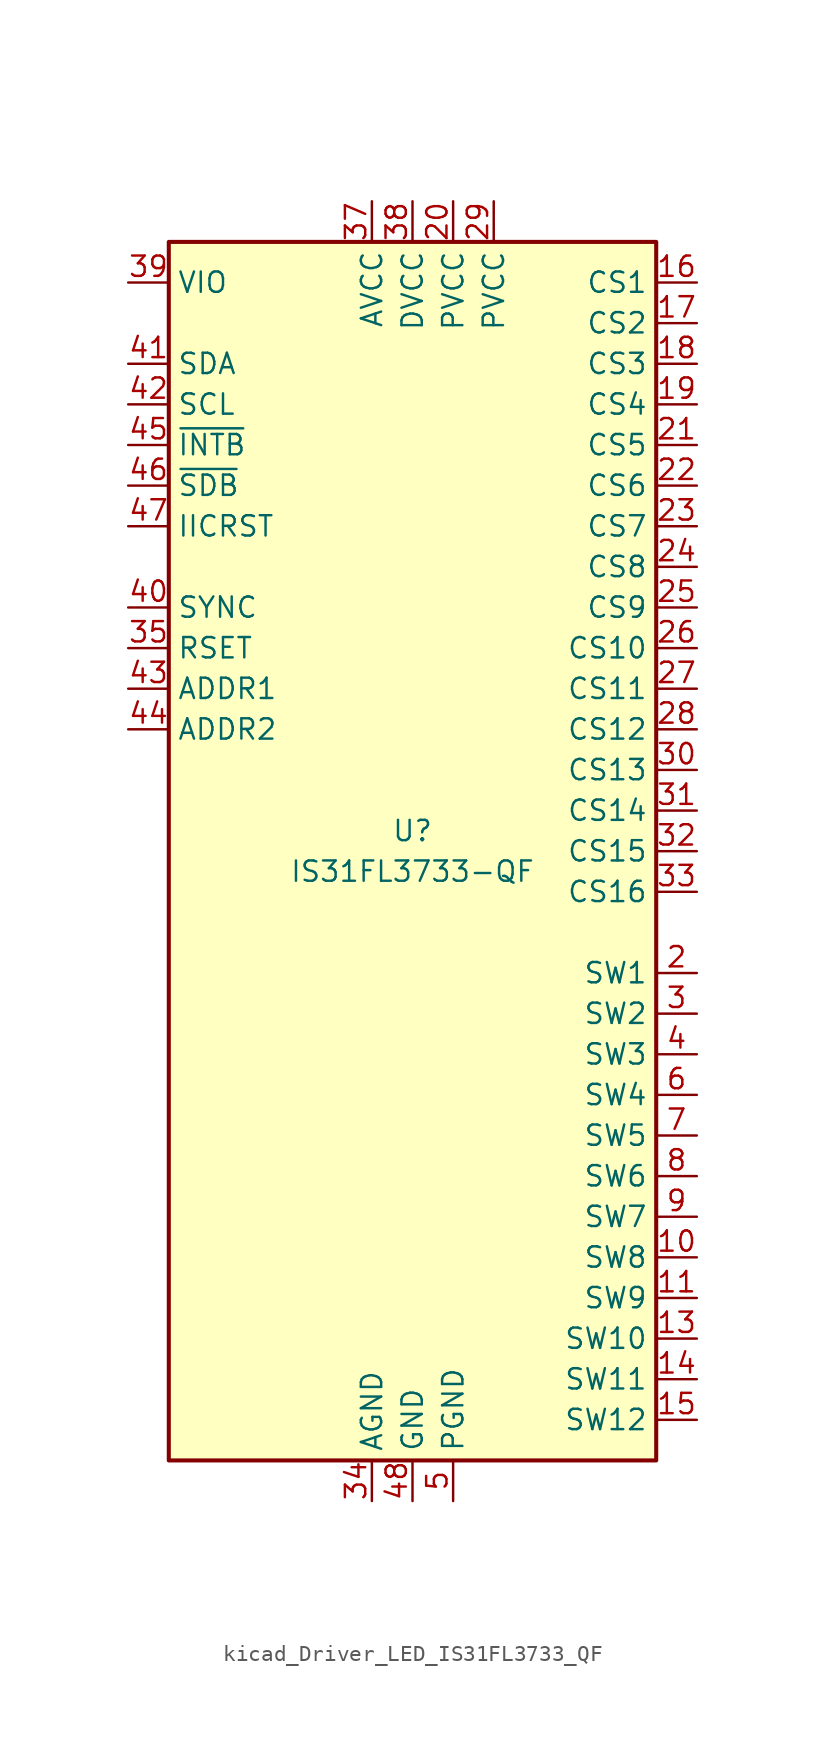
<source format=kicad_sym>
(kicad_symbol_lib
  (version 20220914)
  (generator kicad_symbol_editor)
  (symbol "kicad_Driver_LED_IS31FL3733_QF"
    (property "Reference" "U"
      (at 0 1.27 0)
      (effects (font (size 1.27 1.27))))
    (property "Value" "IS31FL3733-QF"
      (at 0 -1.27 0)
      (effects (font (size 1.27 1.27))))
    (symbol "kicad_Driver_LED_IS31FL3733_QF_0_1"
      (rectangle (start -15.24 38.1) (end 15.24 -38.1) (stroke (width 0.254) (type default)) (fill (type background))))
    (symbol "kicad_Driver_LED_IS31FL3733_QF_1_1"
      (pin no_connect line (at -15.24 -33.02 0) (length 2.54) hide (name "NC" (effects (font (size 1.27 1.27)))) (number "1" (effects (font (size 1.27 1.27)))))
      (pin input line (at 17.78 -25.4 180) (length 2.54) (name "SW8" (effects (font (size 1.27 1.27)))) (number "10" (effects (font (size 1.27 1.27)))))
      (pin input line (at 17.78 -27.94 180) (length 2.54) (name "SW9" (effects (font (size 1.27 1.27)))) (number "11" (effects (font (size 1.27 1.27)))))
      (pin passive line (at 2.54 -40.64 90) (length 2.54) hide (name "PGND" (effects (font (size 1.27 1.27)))) (number "12" (effects (font (size 1.27 1.27)))))
      (pin input line (at 17.78 -30.48 180) (length 2.54) (name "SW10" (effects (font (size 1.27 1.27)))) (number "13" (effects (font (size 1.27 1.27)))))
      (pin input line (at 17.78 -33.02 180) (length 2.54) (name "SW11" (effects (font (size 1.27 1.27)))) (number "14" (effects (font (size 1.27 1.27)))))
      (pin input line (at 17.78 -35.56 180) (length 2.54) (name "SW12" (effects (font (size 1.27 1.27)))) (number "15" (effects (font (size 1.27 1.27)))))
      (pin output line (at 17.78 35.56 180) (length 2.54) (name "CS1" (effects (font (size 1.27 1.27)))) (number "16" (effects (font (size 1.27 1.27)))))
      (pin output line (at 17.78 33.02 180) (length 2.54) (name "CS2" (effects (font (size 1.27 1.27)))) (number "17" (effects (font (size 1.27 1.27)))))
      (pin output line (at 17.78 30.48 180) (length 2.54) (name "CS3" (effects (font (size 1.27 1.27)))) (number "18" (effects (font (size 1.27 1.27)))))
      (pin output line (at 17.78 27.94 180) (length 2.54) (name "CS4" (effects (font (size 1.27 1.27)))) (number "19" (effects (font (size 1.27 1.27)))))
      (pin input line (at 17.78 -7.62 180) (length 2.54) (name "SW1" (effects (font (size 1.27 1.27)))) (number "2" (effects (font (size 1.27 1.27)))))
      (pin power_in line (at 2.54 40.64 270) (length 2.54) (name "PVCC" (effects (font (size 1.27 1.27)))) (number "20" (effects (font (size 1.27 1.27)))))
      (pin output line (at 17.78 25.4 180) (length 2.54) (name "CS5" (effects (font (size 1.27 1.27)))) (number "21" (effects (font (size 1.27 1.27)))))
      (pin output line (at 17.78 22.86 180) (length 2.54) (name "CS6" (effects (font (size 1.27 1.27)))) (number "22" (effects (font (size 1.27 1.27)))))
      (pin output line (at 17.78 20.32 180) (length 2.54) (name "CS7" (effects (font (size 1.27 1.27)))) (number "23" (effects (font (size 1.27 1.27)))))
      (pin output line (at 17.78 17.78 180) (length 2.54) (name "CS8" (effects (font (size 1.27 1.27)))) (number "24" (effects (font (size 1.27 1.27)))))
      (pin output line (at 17.78 15.24 180) (length 2.54) (name "CS9" (effects (font (size 1.27 1.27)))) (number "25" (effects (font (size 1.27 1.27)))))
      (pin output line (at 17.78 12.7 180) (length 2.54) (name "CS10" (effects (font (size 1.27 1.27)))) (number "26" (effects (font (size 1.27 1.27)))))
      (pin output line (at 17.78 10.16 180) (length 2.54) (name "CS11" (effects (font (size 1.27 1.27)))) (number "27" (effects (font (size 1.27 1.27)))))
      (pin output line (at 17.78 7.62 180) (length 2.54) (name "CS12" (effects (font (size 1.27 1.27)))) (number "28" (effects (font (size 1.27 1.27)))))
      (pin power_in line (at 5.08 40.64 270) (length 2.54) (name "PVCC" (effects (font (size 1.27 1.27)))) (number "29" (effects (font (size 1.27 1.27)))))
      (pin input line (at 17.78 -10.16 180) (length 2.54) (name "SW2" (effects (font (size 1.27 1.27)))) (number "3" (effects (font (size 1.27 1.27)))))
      (pin output line (at 17.78 5.08 180) (length 2.54) (name "CS13" (effects (font (size 1.27 1.27)))) (number "30" (effects (font (size 1.27 1.27)))))
      (pin output line (at 17.78 2.54 180) (length 2.54) (name "CS14" (effects (font (size 1.27 1.27)))) (number "31" (effects (font (size 1.27 1.27)))))
      (pin output line (at 17.78 0 180) (length 2.54) (name "CS15" (effects (font (size 1.27 1.27)))) (number "32" (effects (font (size 1.27 1.27)))))
      (pin output line (at 17.78 -2.54 180) (length 2.54) (name "CS16" (effects (font (size 1.27 1.27)))) (number "33" (effects (font (size 1.27 1.27)))))
      (pin power_in line (at -2.54 -40.64 90) (length 2.54) (name "AGND" (effects (font (size 1.27 1.27)))) (number "34" (effects (font (size 1.27 1.27)))))
      (pin passive line (at -17.78 12.7 0) (length 2.54) (name "RSET" (effects (font (size 1.27 1.27)))) (number "35" (effects (font (size 1.27 1.27)))))
      (pin no_connect line (at -15.24 -35.56 0) (length 2.54) hide (name "NC" (effects (font (size 1.27 1.27)))) (number "36" (effects (font (size 1.27 1.27)))))
      (pin power_in line (at -2.54 40.64 270) (length 2.54) (name "AVCC" (effects (font (size 1.27 1.27)))) (number "37" (effects (font (size 1.27 1.27)))))
      (pin power_in line (at 0 40.64 270) (length 2.54) (name "DVCC" (effects (font (size 1.27 1.27)))) (number "38" (effects (font (size 1.27 1.27)))))
      (pin input line (at -17.78 35.56 0) (length 2.54) (name "VIO" (effects (font (size 1.27 1.27)))) (number "39" (effects (font (size 1.27 1.27)))))
      (pin input line (at 17.78 -12.7 180) (length 2.54) (name "SW3" (effects (font (size 1.27 1.27)))) (number "4" (effects (font (size 1.27 1.27)))))
      (pin input line (at -17.78 15.24 0) (length 2.54) (name "SYNC" (effects (font (size 1.27 1.27)))) (number "40" (effects (font (size 1.27 1.27)))))
      (pin bidirectional line (at -17.78 30.48 0) (length 2.54) (name "SDA" (effects (font (size 1.27 1.27)))) (number "41" (effects (font (size 1.27 1.27)))))
      (pin input line (at -17.78 27.94 0) (length 2.54) (name "SCL" (effects (font (size 1.27 1.27)))) (number "42" (effects (font (size 1.27 1.27)))))
      (pin input line (at -17.78 10.16 0) (length 2.54) (name "ADDR1" (effects (font (size 1.27 1.27)))) (number "43" (effects (font (size 1.27 1.27)))))
      (pin input line (at -17.78 7.62 0) (length 2.54) (name "ADDR2" (effects (font (size 1.27 1.27)))) (number "44" (effects (font (size 1.27 1.27)))))
      (pin open_collector line (at -17.78 25.4 0) (length 2.54) (name "~{INTB}" (effects (font (size 1.27 1.27)))) (number "45" (effects (font (size 1.27 1.27)))))
      (pin input line (at -17.78 22.86 0) (length 2.54) (name "~{SDB}" (effects (font (size 1.27 1.27)))) (number "46" (effects (font (size 1.27 1.27)))))
      (pin input line (at -17.78 20.32 0) (length 2.54) (name "IICRST" (effects (font (size 1.27 1.27)))) (number "47" (effects (font (size 1.27 1.27)))))
      (pin power_in line (at 0 -40.64 90) (length 2.54) (name "GND" (effects (font (size 1.27 1.27)))) (number "48" (effects (font (size 1.27 1.27)))))
      (pin passive line (at 0 -40.64 90) (length 2.54) hide (name "GND" (effects (font (size 1.27 1.27)))) (number "49" (effects (font (size 1.27 1.27)))))
      (pin power_in line (at 2.54 -40.64 90) (length 2.54) (name "PGND" (effects (font (size 1.27 1.27)))) (number "5" (effects (font (size 1.27 1.27)))))
      (pin input line (at 17.78 -15.24 180) (length 2.54) (name "SW4" (effects (font (size 1.27 1.27)))) (number "6" (effects (font (size 1.27 1.27)))))
      (pin input line (at 17.78 -17.78 180) (length 2.54) (name "SW5" (effects (font (size 1.27 1.27)))) (number "7" (effects (font (size 1.27 1.27)))))
      (pin input line (at 17.78 -20.32 180) (length 2.54) (name "SW6" (effects (font (size 1.27 1.27)))) (number "8" (effects (font (size 1.27 1.27)))))
      (pin input line (at 17.78 -22.86 180) (length 2.54) (name "SW7" (effects (font (size 1.27 1.27)))) (number "9" (effects (font (size 1.27 1.27))))))))
</source>
